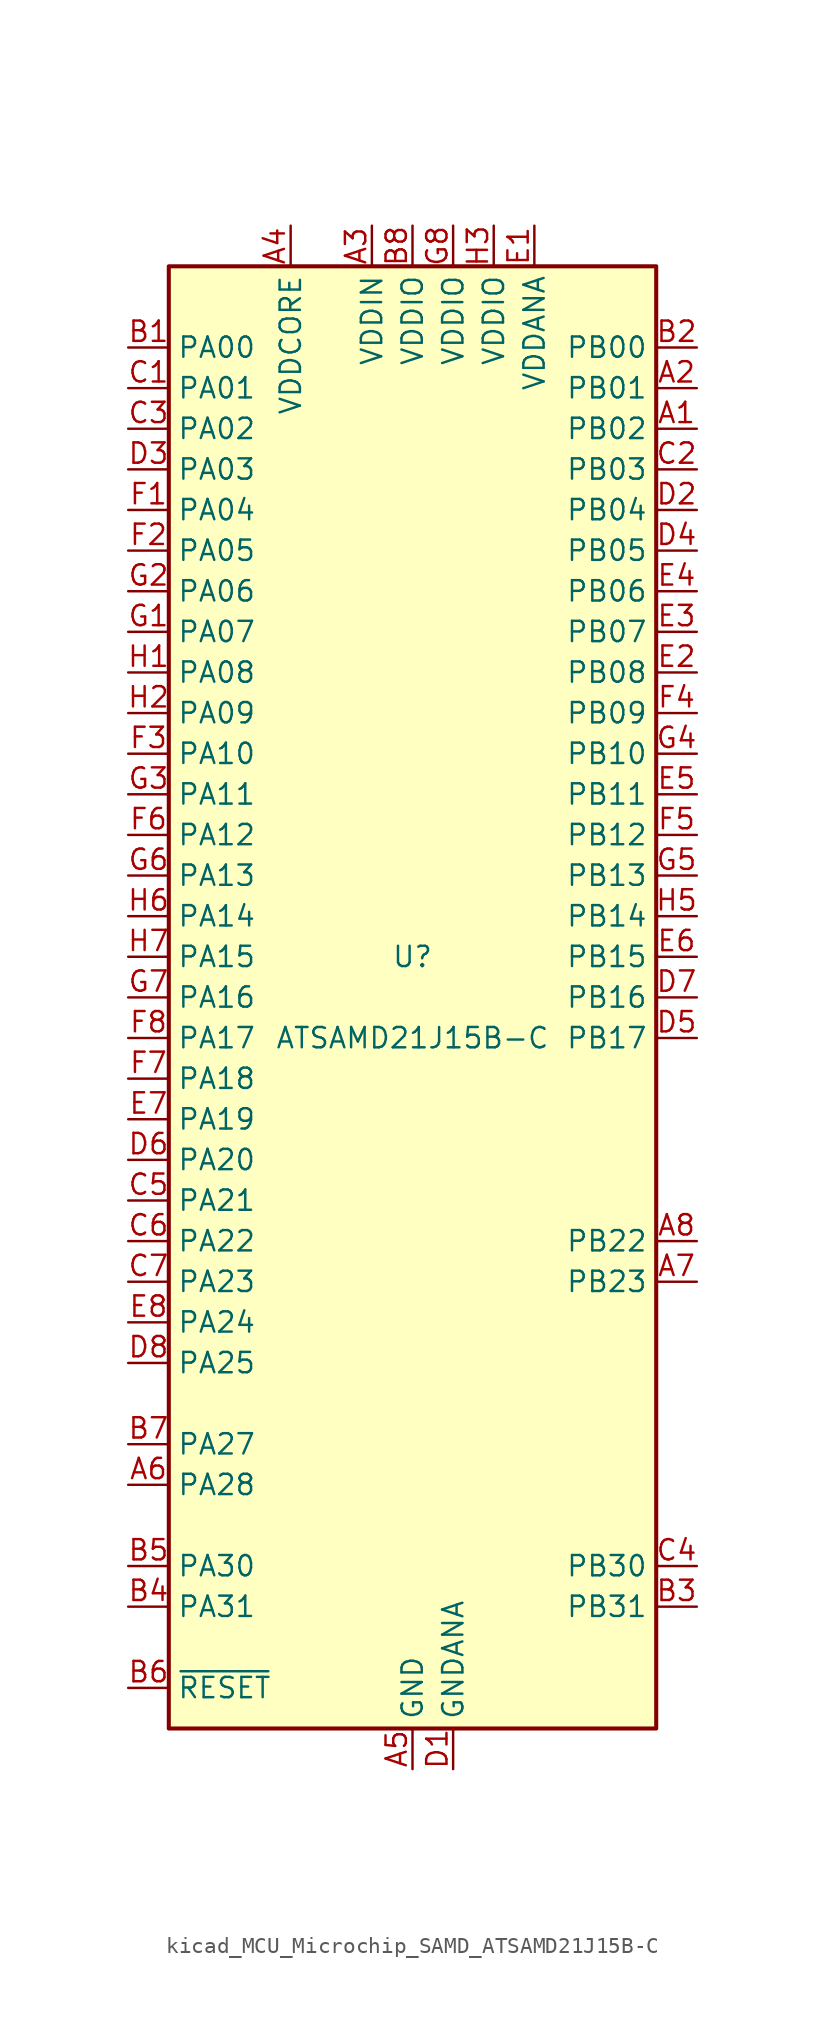
<source format=kicad_sym>
(kicad_symbol_lib
  (version 20220914)
  (generator kicad_symbol_editor)
  (symbol "kicad_MCU_Microchip_SAMD_ATSAMD21J15B-C"
    (property "Reference" "U"
      (at 0 2.54 0)
      (effects (font (size 1.27 1.27))))
    (property "Value" "ATSAMD21J15B-C"
      (at 0 -2.54 0)
      (effects (font (size 1.27 1.27))))
    (symbol "kicad_MCU_Microchip_SAMD_ATSAMD21J15B-C_0_1"
      (rectangle (start -15.24 45.72) (end 15.24 -45.72) (stroke (width 0.254) (type default)) (fill (type background))))
    (symbol "kicad_MCU_Microchip_SAMD_ATSAMD21J15B-C_1_1"
      (pin bidirectional line (at 17.78 35.56 180) (length 2.54) (name "PB02" (effects (font (size 1.27 1.27)))) (number "A1" (effects (font (size 1.27 1.27)))))
      (pin bidirectional line (at 17.78 38.1 180) (length 2.54) (name "PB01" (effects (font (size 1.27 1.27)))) (number "A2" (effects (font (size 1.27 1.27)))))
      (pin power_in line (at -2.54 48.26 270) (length 2.54) (name "VDDIN" (effects (font (size 1.27 1.27)))) (number "A3" (effects (font (size 1.27 1.27)))))
      (pin power_out line (at -7.62 48.26 270) (length 2.54) (name "VDDCORE" (effects (font (size 1.27 1.27)))) (number "A4" (effects (font (size 1.27 1.27)))))
      (pin power_in line (at 0 -48.26 90) (length 2.54) (name "GND" (effects (font (size 1.27 1.27)))) (number "A5" (effects (font (size 1.27 1.27)))))
      (pin bidirectional line (at -17.78 -30.48 0) (length 2.54) (name "PA28" (effects (font (size 1.27 1.27)))) (number "A6" (effects (font (size 1.27 1.27)))))
      (pin bidirectional line (at 17.78 -17.78 180) (length 2.54) (name "PB23" (effects (font (size 1.27 1.27)))) (number "A7" (effects (font (size 1.27 1.27)))))
      (pin bidirectional line (at 17.78 -15.24 180) (length 2.54) (name "PB22" (effects (font (size 1.27 1.27)))) (number "A8" (effects (font (size 1.27 1.27)))))
      (pin bidirectional line (at -17.78 40.64 0) (length 2.54) (name "PA00" (effects (font (size 1.27 1.27)))) (number "B1" (effects (font (size 1.27 1.27)))))
      (pin bidirectional line (at 17.78 40.64 180) (length 2.54) (name "PB00" (effects (font (size 1.27 1.27)))) (number "B2" (effects (font (size 1.27 1.27)))))
      (pin bidirectional line (at 17.78 -38.1 180) (length 2.54) (name "PB31" (effects (font (size 1.27 1.27)))) (number "B3" (effects (font (size 1.27 1.27)))))
      (pin bidirectional line (at -17.78 -38.1 0) (length 2.54) (name "PA31" (effects (font (size 1.27 1.27)))) (number "B4" (effects (font (size 1.27 1.27)))))
      (pin bidirectional line (at -17.78 -35.56 0) (length 2.54) (name "PA30" (effects (font (size 1.27 1.27)))) (number "B5" (effects (font (size 1.27 1.27)))))
      (pin input line (at -17.78 -43.18 0) (length 2.54) (name "~{RESET}" (effects (font (size 1.27 1.27)))) (number "B6" (effects (font (size 1.27 1.27)))))
      (pin bidirectional line (at -17.78 -27.94 0) (length 2.54) (name "PA27" (effects (font (size 1.27 1.27)))) (number "B7" (effects (font (size 1.27 1.27)))))
      (pin power_in line (at 0 48.26 270) (length 2.54) (name "VDDIO" (effects (font (size 1.27 1.27)))) (number "B8" (effects (font (size 1.27 1.27)))))
      (pin bidirectional line (at -17.78 38.1 0) (length 2.54) (name "PA01" (effects (font (size 1.27 1.27)))) (number "C1" (effects (font (size 1.27 1.27)))))
      (pin bidirectional line (at 17.78 33.02 180) (length 2.54) (name "PB03" (effects (font (size 1.27 1.27)))) (number "C2" (effects (font (size 1.27 1.27)))))
      (pin bidirectional line (at -17.78 35.56 0) (length 2.54) (name "PA02" (effects (font (size 1.27 1.27)))) (number "C3" (effects (font (size 1.27 1.27)))))
      (pin bidirectional line (at 17.78 -35.56 180) (length 2.54) (name "PB30" (effects (font (size 1.27 1.27)))) (number "C4" (effects (font (size 1.27 1.27)))))
      (pin bidirectional line (at -17.78 -12.7 0) (length 2.54) (name "PA21" (effects (font (size 1.27 1.27)))) (number "C5" (effects (font (size 1.27 1.27)))))
      (pin bidirectional line (at -17.78 -15.24 0) (length 2.54) (name "PA22" (effects (font (size 1.27 1.27)))) (number "C6" (effects (font (size 1.27 1.27)))))
      (pin bidirectional line (at -17.78 -17.78 0) (length 2.54) (name "PA23" (effects (font (size 1.27 1.27)))) (number "C7" (effects (font (size 1.27 1.27)))))
      (pin passive line (at 0 -48.26 90) (length 2.54) hide (name "GND" (effects (font (size 1.27 1.27)))) (number "C8" (effects (font (size 1.27 1.27)))))
      (pin power_in line (at 2.54 -48.26 90) (length 2.54) (name "GNDANA" (effects (font (size 1.27 1.27)))) (number "D1" (effects (font (size 1.27 1.27)))))
      (pin bidirectional line (at 17.78 30.48 180) (length 2.54) (name "PB04" (effects (font (size 1.27 1.27)))) (number "D2" (effects (font (size 1.27 1.27)))))
      (pin bidirectional line (at -17.78 33.02 0) (length 2.54) (name "PA03" (effects (font (size 1.27 1.27)))) (number "D3" (effects (font (size 1.27 1.27)))))
      (pin bidirectional line (at 17.78 27.94 180) (length 2.54) (name "PB05" (effects (font (size 1.27 1.27)))) (number "D4" (effects (font (size 1.27 1.27)))))
      (pin bidirectional line (at 17.78 -2.54 180) (length 2.54) (name "PB17" (effects (font (size 1.27 1.27)))) (number "D5" (effects (font (size 1.27 1.27)))))
      (pin bidirectional line (at -17.78 -10.16 0) (length 2.54) (name "PA20" (effects (font (size 1.27 1.27)))) (number "D6" (effects (font (size 1.27 1.27)))))
      (pin bidirectional line (at 17.78 0 180) (length 2.54) (name "PB16" (effects (font (size 1.27 1.27)))) (number "D7" (effects (font (size 1.27 1.27)))))
      (pin bidirectional line (at -17.78 -22.86 0) (length 2.54) (name "PA25" (effects (font (size 1.27 1.27)))) (number "D8" (effects (font (size 1.27 1.27)))))
      (pin power_in line (at 7.62 48.26 270) (length 2.54) (name "VDDANA" (effects (font (size 1.27 1.27)))) (number "E1" (effects (font (size 1.27 1.27)))))
      (pin bidirectional line (at 17.78 20.32 180) (length 2.54) (name "PB08" (effects (font (size 1.27 1.27)))) (number "E2" (effects (font (size 1.27 1.27)))))
      (pin bidirectional line (at 17.78 22.86 180) (length 2.54) (name "PB07" (effects (font (size 1.27 1.27)))) (number "E3" (effects (font (size 1.27 1.27)))))
      (pin bidirectional line (at 17.78 25.4 180) (length 2.54) (name "PB06" (effects (font (size 1.27 1.27)))) (number "E4" (effects (font (size 1.27 1.27)))))
      (pin bidirectional line (at 17.78 12.7 180) (length 2.54) (name "PB11" (effects (font (size 1.27 1.27)))) (number "E5" (effects (font (size 1.27 1.27)))))
      (pin bidirectional line (at 17.78 2.54 180) (length 2.54) (name "PB15" (effects (font (size 1.27 1.27)))) (number "E6" (effects (font (size 1.27 1.27)))))
      (pin bidirectional line (at -17.78 -7.62 0) (length 2.54) (name "PA19" (effects (font (size 1.27 1.27)))) (number "E7" (effects (font (size 1.27 1.27)))))
      (pin bidirectional line (at -17.78 -20.32 0) (length 2.54) (name "PA24" (effects (font (size 1.27 1.27)))) (number "E8" (effects (font (size 1.27 1.27)))))
      (pin bidirectional line (at -17.78 30.48 0) (length 2.54) (name "PA04" (effects (font (size 1.27 1.27)))) (number "F1" (effects (font (size 1.27 1.27)))))
      (pin bidirectional line (at -17.78 27.94 0) (length 2.54) (name "PA05" (effects (font (size 1.27 1.27)))) (number "F2" (effects (font (size 1.27 1.27)))))
      (pin bidirectional line (at -17.78 15.24 0) (length 2.54) (name "PA10" (effects (font (size 1.27 1.27)))) (number "F3" (effects (font (size 1.27 1.27)))))
      (pin bidirectional line (at 17.78 17.78 180) (length 2.54) (name "PB09" (effects (font (size 1.27 1.27)))) (number "F4" (effects (font (size 1.27 1.27)))))
      (pin bidirectional line (at 17.78 10.16 180) (length 2.54) (name "PB12" (effects (font (size 1.27 1.27)))) (number "F5" (effects (font (size 1.27 1.27)))))
      (pin bidirectional line (at -17.78 10.16 0) (length 2.54) (name "PA12" (effects (font (size 1.27 1.27)))) (number "F6" (effects (font (size 1.27 1.27)))))
      (pin bidirectional line (at -17.78 -5.08 0) (length 2.54) (name "PA18" (effects (font (size 1.27 1.27)))) (number "F7" (effects (font (size 1.27 1.27)))))
      (pin bidirectional line (at -17.78 -2.54 0) (length 2.54) (name "PA17" (effects (font (size 1.27 1.27)))) (number "F8" (effects (font (size 1.27 1.27)))))
      (pin bidirectional line (at -17.78 22.86 0) (length 2.54) (name "PA07" (effects (font (size 1.27 1.27)))) (number "G1" (effects (font (size 1.27 1.27)))))
      (pin bidirectional line (at -17.78 25.4 0) (length 2.54) (name "PA06" (effects (font (size 1.27 1.27)))) (number "G2" (effects (font (size 1.27 1.27)))))
      (pin bidirectional line (at -17.78 12.7 0) (length 2.54) (name "PA11" (effects (font (size 1.27 1.27)))) (number "G3" (effects (font (size 1.27 1.27)))))
      (pin bidirectional line (at 17.78 15.24 180) (length 2.54) (name "PB10" (effects (font (size 1.27 1.27)))) (number "G4" (effects (font (size 1.27 1.27)))))
      (pin bidirectional line (at 17.78 7.62 180) (length 2.54) (name "PB13" (effects (font (size 1.27 1.27)))) (number "G5" (effects (font (size 1.27 1.27)))))
      (pin bidirectional line (at -17.78 7.62 0) (length 2.54) (name "PA13" (effects (font (size 1.27 1.27)))) (number "G6" (effects (font (size 1.27 1.27)))))
      (pin bidirectional line (at -17.78 0 0) (length 2.54) (name "PA16" (effects (font (size 1.27 1.27)))) (number "G7" (effects (font (size 1.27 1.27)))))
      (pin power_in line (at 2.54 48.26 270) (length 2.54) (name "VDDIO" (effects (font (size 1.27 1.27)))) (number "G8" (effects (font (size 1.27 1.27)))))
      (pin bidirectional line (at -17.78 20.32 0) (length 2.54) (name "PA08" (effects (font (size 1.27 1.27)))) (number "H1" (effects (font (size 1.27 1.27)))))
      (pin bidirectional line (at -17.78 17.78 0) (length 2.54) (name "PA09" (effects (font (size 1.27 1.27)))) (number "H2" (effects (font (size 1.27 1.27)))))
      (pin power_in line (at 5.08 48.26 270) (length 2.54) (name "VDDIO" (effects (font (size 1.27 1.27)))) (number "H3" (effects (font (size 1.27 1.27)))))
      (pin passive line (at 0 -48.26 90) (length 2.54) hide (name "GND" (effects (font (size 1.27 1.27)))) (number "H4" (effects (font (size 1.27 1.27)))))
      (pin bidirectional line (at 17.78 5.08 180) (length 2.54) (name "PB14" (effects (font (size 1.27 1.27)))) (number "H5" (effects (font (size 1.27 1.27)))))
      (pin bidirectional line (at -17.78 5.08 0) (length 2.54) (name "PA14" (effects (font (size 1.27 1.27)))) (number "H6" (effects (font (size 1.27 1.27)))))
      (pin bidirectional line (at -17.78 2.54 0) (length 2.54) (name "PA15" (effects (font (size 1.27 1.27)))) (number "H7" (effects (font (size 1.27 1.27)))))
      (pin passive line (at 0 -48.26 90) (length 2.54) hide (name "GND" (effects (font (size 1.27 1.27)))) (number "H8" (effects (font (size 1.27 1.27))))))))
</source>
